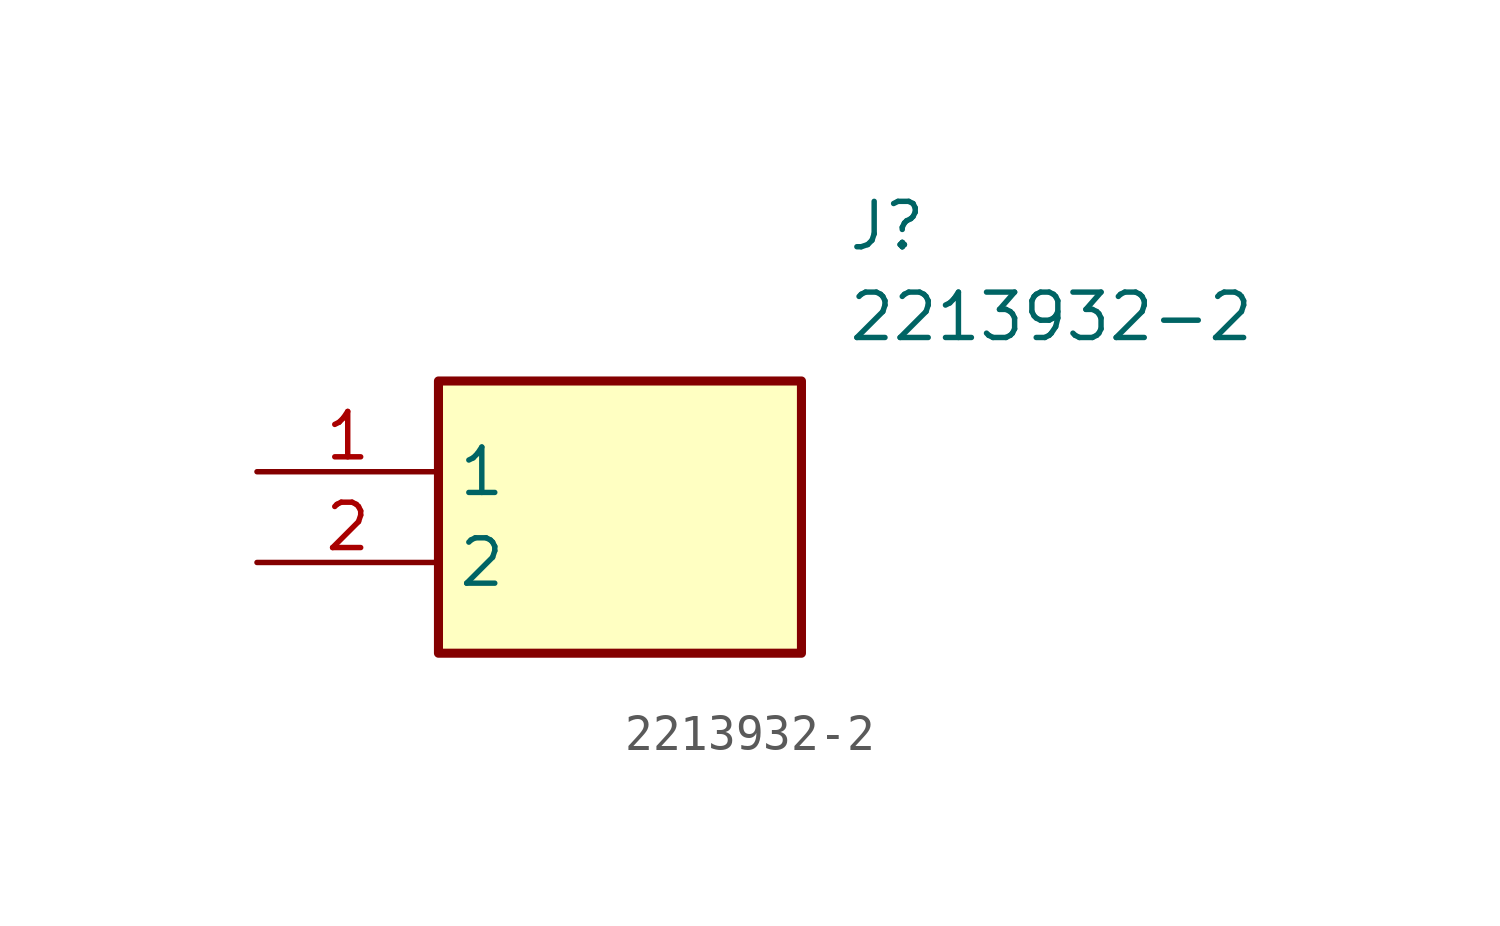
<source format=kicad_sym>
(kicad_symbol_lib
  (version 20211014)
  (generator SamacSys_ECAD_Model)
  (symbol "2213932-2"
    (property "Reference" "J"
      (at 16.51 7.62 0)
      (effects (font (size 1.27 1.27)) (justify left top)))
    (property "Value" "2213932-2"
      (at 16.51 5.08 0)
      (effects (font (size 1.27 1.27)) (justify left top)))
    (rectangle
      (start 5.08 2.54)
      (end 15.24 -5.08)
      (stroke (width 0.254) (type default))
      (fill (type background)))
    (pin passive line
      (at 0 0 0)
      (length 5.08)
      (name "1" (effects (font (size 1.27 1.27))))
      (number "1" (effects (font (size 1.27 1.27)))))
    (pin passive line
      (at 0 -2.54 0)
      (length 5.08)
      (name "2" (effects (font (size 1.27 1.27))))
      (number "2" (effects (font (size 1.27 1.27)))))))
</source>
